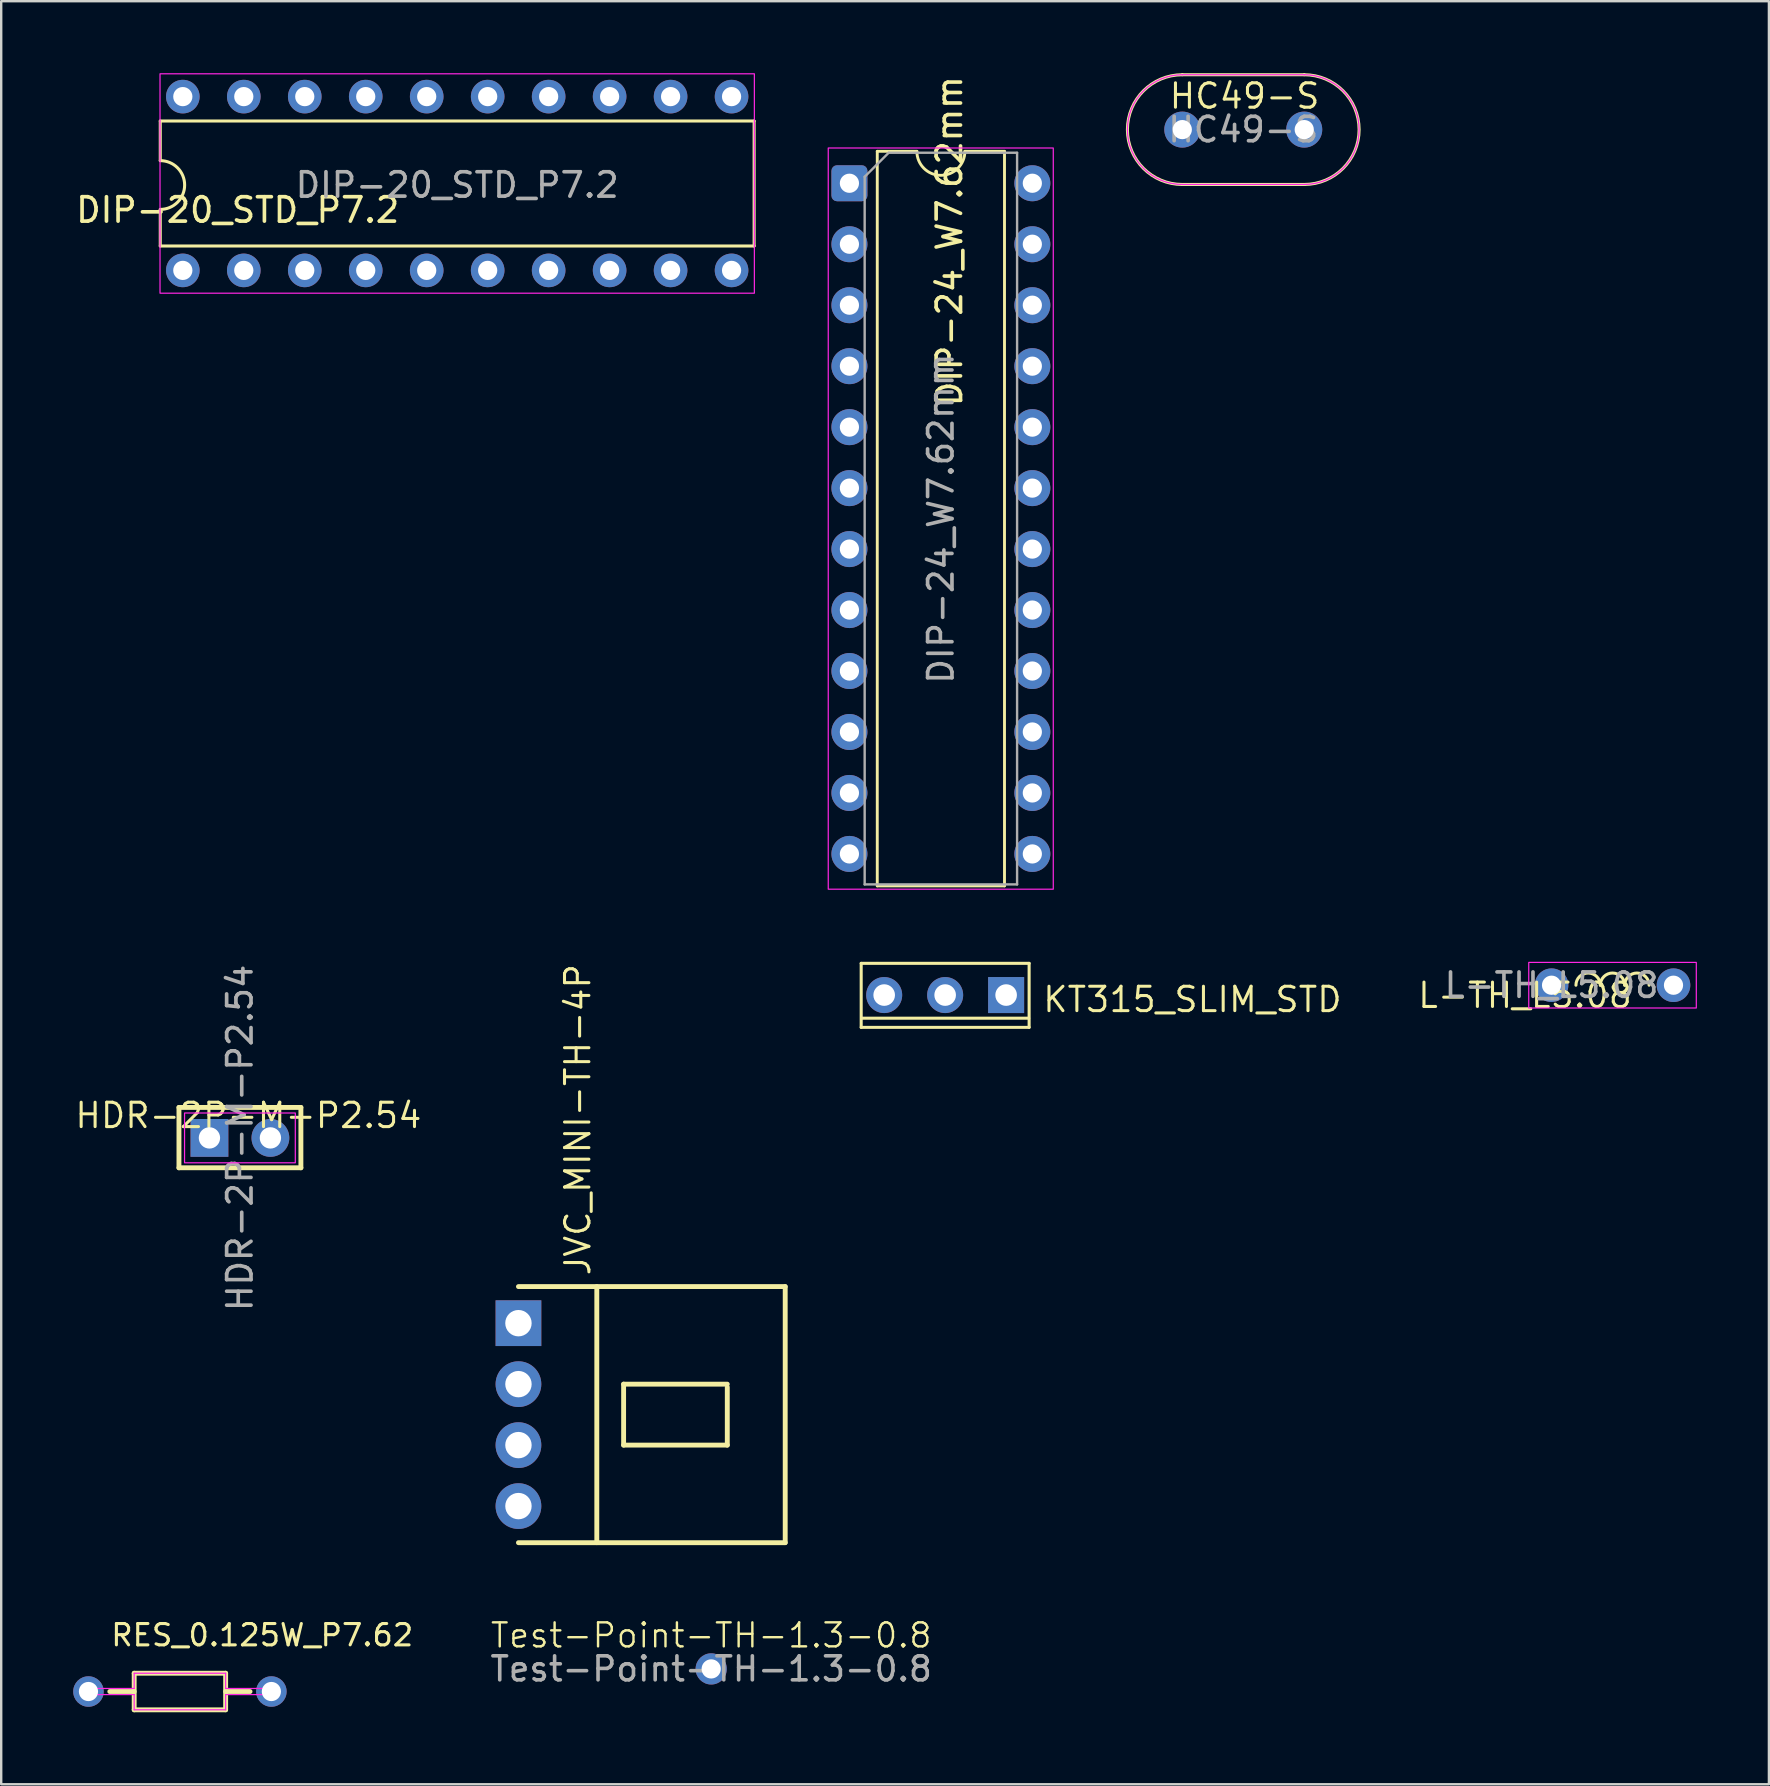
<source format=kicad_pcb>
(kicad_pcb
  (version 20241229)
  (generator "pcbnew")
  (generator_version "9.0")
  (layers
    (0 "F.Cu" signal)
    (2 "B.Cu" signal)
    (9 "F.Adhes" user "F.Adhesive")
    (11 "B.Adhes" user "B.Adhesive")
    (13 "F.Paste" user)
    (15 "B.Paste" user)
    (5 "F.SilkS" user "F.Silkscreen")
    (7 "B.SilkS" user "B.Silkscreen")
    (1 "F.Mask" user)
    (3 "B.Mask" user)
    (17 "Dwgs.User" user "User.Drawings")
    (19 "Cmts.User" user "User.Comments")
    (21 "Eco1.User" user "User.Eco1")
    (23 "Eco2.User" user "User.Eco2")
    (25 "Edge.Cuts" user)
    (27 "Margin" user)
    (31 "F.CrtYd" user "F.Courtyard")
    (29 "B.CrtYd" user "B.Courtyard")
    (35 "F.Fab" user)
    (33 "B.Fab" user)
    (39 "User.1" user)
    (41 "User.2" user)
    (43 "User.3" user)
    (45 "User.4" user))
  (footprint "KT315_SLIM_STD"
    (layer "F.Cu")
    (at 36.324 38.403)
    (property "Reference" "KT315_SLIM_STD" (at 4 -0.409 180) (layer "F.SilkS") (effects (font (size 1.016 1.016) (thickness 0.127)) (justify left top)))
    (fp_line (start -3.498 1.346) (end -3.498 -1.321) (stroke (width 0.127) (type default)) (layer "F.SilkS"))
    (fp_line (start -3.498 -1.321) (end 3.498 -1.321) (stroke (width 0.127) (type default)) (layer "F.SilkS"))
    (fp_line (start 3.48 0.965) (end -3.48 0.965) (stroke (width 0.127) (type default)) (layer "F.SilkS"))
    (fp_line (start 3.498 1.346) (end -3.498 1.346) (stroke (width 0.127) (type default)) (layer "F.SilkS"))
    (fp_line (start 3.498 -1.321) (end 3.498 1.346) (stroke (width 0.127) (type solid)) (layer "F.SilkS"))
    (pad "1" thru_hole rect (at 2.54 0 270) (size 1.5 1.5) (drill 0.9) (layers "*.Cu" "*.Mask"))
    (pad "2" thru_hole circle (at 0 0 270) (size 1.5 1.5) (drill 0.9) (layers "*.Cu" "*.Mask"))
    (pad "3" thru_hole circle (at -2.54 0 270) (size 1.5 1.5) (drill 0.9) (layers "*.Cu" "*.Mask"))
    (zone (net_name "") (layer "User.4") (hatch edge 0.5) (priority 100) (connect_pads yes) (min_thickness 0) (filled_areas_thickness no) (fill yes) (polygon (pts (xy 34.034 38.603) (xy 33.534 38.603) (xy 33.534 38.203) (xy 34.034 38.203))) (filled_polygon (layer "User.4") (island) (pts (xy 34.034 38.603) (xy 33.534 38.603) (xy 33.534 38.203) (xy 34.034 38.203))))
    (zone (net_name "") (layer "User.4") (hatch edge 0.5) (priority 100) (connect_pads yes) (min_thickness 0) (filled_areas_thickness no) (fill yes) (polygon (pts (xy 36.574 38.603) (xy 36.074 38.603) (xy 36.074 38.203) (xy 36.574 38.203))) (filled_polygon (layer "User.4") (island) (pts (xy 36.574 38.603) (xy 36.074 38.603) (xy 36.074 38.203) (xy 36.574 38.203))))
    (zone (net_name "") (layer "User.4") (hatch edge 0.5) (priority 100) (connect_pads yes) (min_thickness 0) (filled_areas_thickness no) (fill yes) (polygon (pts (xy 39.114 38.603) (xy 38.614 38.603) (xy 38.614 38.203) (xy 39.114 38.203))) (filled_polygon (layer "User.4") (island) (pts (xy 39.114 38.603) (xy 38.614 38.603) (xy 38.614 38.203) (xy 39.114 38.203)))))
  (footprint "DIP-20_STD_P7.2"
    (layer "F.Cu")
    (at 15.996 4.658)
    (property "Reference" "DIP-20_STD_P7.2" (at -9.144 1.041 180) (layer "F.SilkS") (effects (font (size 1.016 1.016) (thickness 0.152))))
    (fp_line (start -12.37 2.54) (end -12.37 1.016) (stroke (width 0.127) (type default)) (layer "F.SilkS"))
    (fp_line (start -12.37 2.54) (end 12.37 2.54) (stroke (width 0.127) (type default)) (layer "F.SilkS"))
    (fp_line (start -12.37 -2.667) (end -12.37 -1.016) (stroke (width 0.127) (type default)) (layer "F.SilkS"))
    (fp_line (start -12.37 -2.667) (end 12.37 -2.667) (stroke (width 0.127) (type default)) (layer "F.SilkS"))
    (fp_line (start 12.37 -2.667) (end 12.37 2.54) (stroke (width 0.127) (type default)) (layer "F.SilkS"))
    (fp_arc (start -12.370417 -1.016314) (mid -11.3538 0) (end -12.37041 1.01632) (stroke (width 0.127) (type default)) (layer "F.SilkS"))
    (fp_rect (start 12.38 4.506) (end -12.38 -4.633) (stroke (width 0.05) (type default)) (fill no) (layer "F.CrtYd"))
    (fp_text user "${REFERENCE}" (at 0 0 180) (layer "F.Fab") (effects (font (size 1.016 1.016) (thickness 0.152))))
    (pad "1" thru_hole oval (at -11.43 3.556) (size 1.4 1.4) (drill 0.8) (layers "*.Cu" "*.Mask"))
    (pad "2" thru_hole oval (at -8.89 3.556) (size 1.4 1.4) (drill 0.8) (layers "*.Cu" "*.Mask"))
    (pad "3" thru_hole oval (at -6.35 3.556) (size 1.4 1.4) (drill 0.8) (layers "*.Cu" "*.Mask"))
    (pad "4" thru_hole oval (at -3.81 3.556) (size 1.4 1.4) (drill 0.8) (layers "*.Cu" "*.Mask"))
    (pad "5" thru_hole oval (at -1.27 3.556) (size 1.4 1.4) (drill 0.8) (layers "*.Cu" "*.Mask"))
    (pad "6" thru_hole oval (at 1.27 3.556) (size 1.4 1.4) (drill 0.8) (layers "*.Cu" "*.Mask"))
    (pad "7" thru_hole oval (at 3.81 3.556) (size 1.4 1.4) (drill 0.8) (layers "*.Cu" "*.Mask"))
    (pad "8" thru_hole oval (at 6.35 3.556) (size 1.4 1.4) (drill 0.8) (layers "*.Cu" "*.Mask"))
    (pad "9" thru_hole oval (at 8.89 3.556) (size 1.4 1.4) (drill 0.8) (layers "*.Cu" "*.Mask"))
    (pad "10" thru_hole oval (at 11.43 3.556) (size 1.4 1.4) (drill 0.8) (layers "*.Cu" "*.Mask"))
    (pad "11" thru_hole oval (at 11.43 -3.683) (size 1.4 1.4) (drill 0.8) (layers "*.Cu" "*.Mask"))
    (pad "12" thru_hole oval (at 8.89 -3.683) (size 1.4 1.4) (drill 0.8) (layers "*.Cu" "*.Mask"))
    (pad "13" thru_hole oval (at 6.35 -3.683) (size 1.4 1.4) (drill 0.8) (layers "*.Cu" "*.Mask"))
    (pad "14" thru_hole oval (at 3.81 -3.683) (size 1.4 1.4) (drill 0.8) (layers "*.Cu" "*.Mask"))
    (pad "15" thru_hole oval (at 1.27 -3.683) (size 1.4 1.4) (drill 0.8) (layers "*.Cu" "*.Mask"))
    (pad "16" thru_hole oval (at -1.27 -3.683) (size 1.4 1.4) (drill 0.8) (layers "*.Cu" "*.Mask"))
    (pad "17" thru_hole oval (at -3.81 -3.683) (size 1.4 1.4) (drill 0.8) (layers "*.Cu" "*.Mask"))
    (pad "18" thru_hole oval (at -6.35 -3.683) (size 1.4 1.4) (drill 0.8) (layers "*.Cu" "*.Mask"))
    (pad "19" thru_hole oval (at -8.89 -3.683) (size 1.4 1.4) (drill 0.8) (layers "*.Cu" "*.Mask"))
    (pad "20" thru_hole oval (at -11.43 -3.683) (size 1.4 1.4) (drill 0.8) (layers "*.Cu" "*.Mask")))
  (footprint "RES_0.125W_P7.62"
    (layer "F.Cu")
    (at 0.635 67.417)
    (property "Reference" "RES_0.125W_P7.62" (at 7.239 -1.829 180) (layer "F.SilkS") (effects (font (size 0.889 0.889) (thickness 0.127)) (justify bottom)))
    (fp_line (start 0.889 0) (end 1.905 0) (stroke (width 0.203) (type default)) (layer "F.SilkS"))
    (fp_line (start 1.905 -0.762) (end 5.715 -0.762) (stroke (width 0.203) (type default)) (layer "F.SilkS"))
    (fp_line (start 1.905 0.762) (end 1.905 -0.762) (stroke (width 0.203) (type default)) (layer "F.SilkS"))
    (fp_line (start 5.715 -0.762) (end 5.715 0.762) (stroke (width 0.203) (type default)) (layer "F.SilkS"))
    (fp_line (start 5.715 0.762) (end 1.905 0.762) (stroke (width 0.203) (type default)) (layer "F.SilkS"))
    (fp_line (start 6.731 0) (end 5.715 0) (stroke (width 0.203) (type solid)) (layer "F.SilkS"))
    (fp_line (start 0 -0.127) (end 0 0.127) (stroke (width 0.05) (type default)) (layer "F.CrtYd"))
    (fp_line (start 0 0.127) (end 1.905 0.127) (stroke (width 0.05) (type default)) (layer "F.CrtYd"))
    (fp_line (start 1.905 -0.762) (end 1.905 -0.127) (stroke (width 0.05) (type default)) (layer "F.CrtYd"))
    (fp_line (start 1.905 -0.127) (end 0 -0.127) (stroke (width 0.05) (type default)) (layer "F.CrtYd"))
    (fp_line (start 1.905 0.127) (end 1.905 0.762) (stroke (width 0.05) (type default)) (layer "F.CrtYd"))
    (fp_line (start 1.905 0.762) (end 5.715 0.762) (stroke (width 0.05) (type default)) (layer "F.CrtYd"))
    (fp_line (start 5.715 -0.762) (end 1.905 -0.762) (stroke (width 0.05) (type default)) (layer "F.CrtYd"))
    (fp_line (start 5.715 -0.127) (end 5.715 -0.762) (stroke (width 0.05) (type default)) (layer "F.CrtYd"))
    (fp_line (start 5.715 0.127) (end 7.62 0.127) (stroke (width 0.05) (type default)) (layer "F.CrtYd"))
    (fp_line (start 5.715 0.762) (end 5.715 0.127) (stroke (width 0.05) (type default)) (layer "F.CrtYd"))
    (fp_line (start 7.62 -0.127) (end 5.715 -0.127) (stroke (width 0.05) (type default)) (layer "F.CrtYd"))
    (fp_line (start 7.62 0.127) (end 7.62 -0.127) (stroke (width 0.05) (type default)) (layer "F.CrtYd"))
    (pad "1" thru_hole oval (at 0 0) (size 1.27 1.27) (drill 0.8) (layers "*.Cu" "*.Mask"))
    (pad "2" thru_hole oval (at 7.62 0) (size 1.27 1.27) (drill 0.8) (layers "*.Cu" "*.Mask")))
  (footprint "L-TH_L5.08"
    (layer "F.Cu")
    (at 61.586 37.993)
    (property "Reference" "L-TH_L5.08" (at 3.429 1.016 180) (layer "F.SilkS") (effects (font (size 1.016 1.016) (thickness 0.127)) (justify right bottom)))
    (fp_arc (start 1.016 0) (mid 1.524 -0.508) (end 2.032 0) (stroke (width 0.127) (type default)) (layer "F.SilkS"))
    (fp_arc (start 2.032 0) (mid 2.54 -0.508) (end 3.048 0) (stroke (width 0.127) (type default)) (layer "F.SilkS"))
    (fp_arc (start 3.048 0) (mid 3.556 -0.508) (end 4.064 0) (stroke (width 0.127) (type default)) (layer "F.SilkS"))
    (fp_rect (start -0.95 -0.95) (end 6.03 0.95) (stroke (width 0.05) (type default)) (fill no) (layer "F.CrtYd"))
    (fp_text user "${REFERENCE}" (at 0 0 180) (layer "F.Fab") (effects (font (size 1.016 1.016) (thickness 0.152))))
    (pad "1" thru_hole oval (at 0 0) (size 1.4 1.4) (drill 0.8) (layers "*.Cu" "*.Mask"))
    (pad "2" thru_hole oval (at 5.08 0) (size 1.4 1.4) (drill 0.8) (layers "*.Cu" "*.Mask")))
  (footprint "JVC_MINI-TH-4P"
    (layer "F.Cu")
    (at 18.548 55.882)
    (property "Reference" "JVC_MINI-TH-4P" (at 1.877 -5.72 90) (layer "F.SilkS") (effects (font (size 1.016 1.016) (thickness 0.127)) (justify left top)))
    (fp_line (start 0 -5.334) (end 11.113 -5.334) (stroke (width 0.203) (type default)) (layer "F.SilkS"))
    (fp_line (start 3.264 -5.334) (end 3.264 5.334) (stroke (width 0.203) (type default)) (layer "F.SilkS"))
    (fp_line (start 4.381 -1.27) (end 4.381 1.27) (stroke (width 0.203) (type default)) (layer "F.SilkS"))
    (fp_line (start 4.381 1.27) (end 8.7 1.27) (stroke (width 0.203) (type default)) (layer "F.SilkS"))
    (fp_line (start 8.7 -1.27) (end 4.381 -1.27) (stroke (width 0.203) (type default)) (layer "F.SilkS"))
    (fp_line (start 8.7 1.27) (end 8.7 -1.143) (stroke (width 0.203) (type default)) (layer "F.SilkS"))
    (fp_line (start 11.113 -5.334) (end 11.113 5.334) (stroke (width 0.203) (type default)) (layer "F.SilkS"))
    (fp_line (start 11.113 5.334) (end 0 5.334) (stroke (width 0.203) (type default)) (layer "F.SilkS"))
    (pad "1" thru_hole rect (at 0 -3.81) (size 1.905 1.905) (drill 1.1) (layers "*.Cu" "*.Mask"))
    (pad "2" thru_hole oval (at 0 -1.27) (size 1.905 1.905) (drill 1.1) (layers "*.Cu" "*.Mask"))
    (pad "3" thru_hole oval (at 0 1.27) (size 1.905 1.905) (drill 1.1) (layers "*.Cu" "*.Mask"))
    (pad "4" thru_hole oval (at 0 3.81) (size 1.905 1.905) (drill 1.1) (layers "*.Cu" "*.Mask")))
  (footprint "DIP-24_W7.62mm"
    (layer "F.Cu")
    (at 32.336 4.584)
    (property "Reference" "DIP-24_W7.62mm" (at 4.166 2.413 90) (layer "F.SilkS") (effects (font (size 1.016 1.016) (thickness 0.152))))
    (attr through_hole)
    (fp_line (start 1.16 -1.33) (end 1.16 29.27) (stroke (width 0.12) (type solid)) (layer "F.SilkS"))
    (fp_line (start 1.16 29.27) (end 6.46 29.27) (stroke (width 0.12) (type solid)) (layer "F.SilkS"))
    (fp_line (start 2.81 -1.33) (end 1.16 -1.33) (stroke (width 0.12) (type solid)) (layer "F.SilkS"))
    (fp_line (start 6.46 -1.33) (end 4.81 -1.33) (stroke (width 0.12) (type solid)) (layer "F.SilkS"))
    (fp_line (start 6.46 29.27) (end 6.46 -1.33) (stroke (width 0.12) (type solid)) (layer "F.SilkS"))
    (fp_arc (start 4.81 -1.33) (mid 3.81 -0.33) (end 2.81 -1.33) (stroke (width 0.12) (type solid)) (layer "F.SilkS"))
    (fp_rect (start -0.882 -1.469) (end 8.492 29.409) (stroke (width 0.05) (type solid)) (fill no) (layer "F.CrtYd"))
    (fp_line (start 0.635 -0.27) (end 1.635 -1.27) (stroke (width 0.1) (type solid)) (layer "F.Fab"))
    (fp_line (start 0.635 29.21) (end 0.635 -0.27) (stroke (width 0.1) (type solid)) (layer "F.Fab"))
    (fp_line (start 1.635 -1.27) (end 6.985 -1.27) (stroke (width 0.1) (type solid)) (layer "F.Fab"))
    (fp_line (start 6.985 -1.27) (end 6.985 29.21) (stroke (width 0.1) (type solid)) (layer "F.Fab"))
    (fp_line (start 6.985 29.21) (end 0.635 29.21) (stroke (width 0.1) (type solid)) (layer "F.Fab"))
    (fp_text user "${REFERENCE}" (at 3.81 13.97 90) (layer "F.Fab") (effects (font (size 1.016 1.016) (thickness 0.152))))
    (pad "1" thru_hole roundrect (at 0 0) (size 1.5 1.5) (drill 0.8) (layers "*.Cu" "*.Mask") (roundrect_rratio 0.156))
    (pad "2" thru_hole circle (at 0 2.54) (size 1.5 1.5) (drill 0.8) (layers "*.Cu" "*.Mask"))
    (pad "3" thru_hole circle (at 0 5.08) (size 1.5 1.5) (drill 0.8) (layers "*.Cu" "*.Mask"))
    (pad "4" thru_hole circle (at 0 7.62) (size 1.5 1.5) (drill 0.8) (layers "*.Cu" "*.Mask"))
    (pad "5" thru_hole circle (at 0 10.16) (size 1.5 1.5) (drill 0.8) (layers "*.Cu" "*.Mask"))
    (pad "6" thru_hole circle (at 0 12.7) (size 1.5 1.5) (drill 0.8) (layers "*.Cu" "*.Mask"))
    (pad "7" thru_hole circle (at 0 15.24) (size 1.5 1.5) (drill 0.8) (layers "*.Cu" "*.Mask"))
    (pad "8" thru_hole circle (at 0 17.78) (size 1.5 1.5) (drill 0.8) (layers "*.Cu" "*.Mask"))
    (pad "9" thru_hole circle (at 0 20.32) (size 1.5 1.5) (drill 0.8) (layers "*.Cu" "*.Mask"))
    (pad "10" thru_hole circle (at 0 22.86) (size 1.5 1.5) (drill 0.8) (layers "*.Cu" "*.Mask"))
    (pad "11" thru_hole circle (at 0 25.4) (size 1.5 1.5) (drill 0.8) (layers "*.Cu" "*.Mask"))
    (pad "12" thru_hole circle (at 0 27.94) (size 1.5 1.5) (drill 0.8) (layers "*.Cu" "*.Mask"))
    (pad "13" thru_hole circle (at 7.62 27.94) (size 1.5 1.5) (drill 0.8) (layers "*.Cu" "*.Mask"))
    (pad "14" thru_hole circle (at 7.62 25.4) (size 1.5 1.5) (drill 0.8) (layers "*.Cu" "*.Mask"))
    (pad "15" thru_hole circle (at 7.62 22.86) (size 1.5 1.5) (drill 0.8) (layers "*.Cu" "*.Mask"))
    (pad "16" thru_hole circle (at 7.62 20.32) (size 1.5 1.5) (drill 0.8) (layers "*.Cu" "*.Mask"))
    (pad "17" thru_hole circle (at 7.62 17.78) (size 1.5 1.5) (drill 0.8) (layers "*.Cu" "*.Mask"))
    (pad "18" thru_hole circle (at 7.62 15.24) (size 1.5 1.5) (drill 0.8) (layers "*.Cu" "*.Mask"))
    (pad "19" thru_hole circle (at 7.62 12.7) (size 1.5 1.5) (drill 0.8) (layers "*.Cu" "*.Mask"))
    (pad "20" thru_hole circle (at 7.62 10.16) (size 1.5 1.5) (drill 0.8) (layers "*.Cu" "*.Mask"))
    (pad "21" thru_hole circle (at 7.62 7.62) (size 1.5 1.5) (drill 0.8) (layers "*.Cu" "*.Mask"))
    (pad "22" thru_hole circle (at 7.62 5.08) (size 1.5 1.5) (drill 0.8) (layers "*.Cu" "*.Mask"))
    (pad "23" thru_hole circle (at 7.62 2.54) (size 1.5 1.5) (drill 0.8) (layers "*.Cu" "*.Mask"))
    (pad "24" thru_hole circle (at 7.62 0) (size 1.5 1.5) (drill 0.8) (layers "*.Cu" "*.Mask")))
  (footprint "HDR-2P-M-P2.54"
    (layer "F.Cu")
    (at 6.945 44.354)
    (property "Reference" "HDR-2P-M-P2.54" (at 0.353 -1.529 180) (layer "F.SilkS") (effects (font (size 1.016 1.016) (thickness 0.127)) (justify top)))
    (fp_line (start -2.54 -1.27) (end 2.54 -1.27) (stroke (width 0.203) (type default)) (layer "F.SilkS"))
    (fp_line (start -2.54 1.245) (end -2.54 -1.27) (stroke (width 0.203) (type default)) (layer "F.SilkS"))
    (fp_line (start 2.54 -1.27) (end 2.54 1.245) (stroke (width 0.203) (type default)) (layer "F.SilkS"))
    (fp_line (start 2.54 1.245) (end -2.54 1.245) (stroke (width 0.203) (type default)) (layer "F.SilkS"))
    (fp_rect (start -2.307 1.037) (end 2.307 -1.037) (stroke (width 0.05) (type default)) (fill no) (layer "F.CrtYd"))
    (fp_text user "${REFERENCE}" (at 0 0 90) (layer "F.Fab") (effects (font (size 1.016 1.016) (thickness 0.152))))
    (pad "1" thru_hole rect (at -1.27 0 270) (size 1.575 1.575) (drill 0.889) (layers "*.Cu" "*.Mask"))
    (pad "2" thru_hole oval (at 1.27 0 270) (size 1.575 1.575) (drill 0.889) (layers "*.Cu" "*.Mask")))
  (footprint "Test-Point-TH-1.3-0.8"
    (layer "F.Cu")
    (at 26.578 66.475)
    (property "Reference" "Test-Point-TH-1.3-0.8" (at 0 -1.397 0) (unlocked yes) (layer "F.SilkS") (effects (font (size 1 1) (thickness 0.1))))
    (fp_text user "${REFERENCE}" (at 0 0 0) (unlocked yes) (layer "F.Fab") (effects (font (size 1 1) (thickness 0.15))))
    (pad "1" thru_hole circle (at 0 0) (size 1.3 1.3) (drill 0.8) (layers "*.Cu" "*.Mask")))
  (footprint "HC49-S"
    (layer "F.Cu")
    (at 46.203 2.349)
    (property "Reference" "HC49-S" (at 2.594 -1.397 180) (layer "F.SilkS") (effects (font (size 1.016 1.016) (thickness 0.127))))
    (attr through_hole)
    (fp_line (start 0 -2.286) (end 5.08 -2.286) (stroke (width 0.127) (type default)) (layer "F.SilkS"))
    (fp_line (start 0 2.286) (end 5.08 2.286) (stroke (width 0.127) (type default)) (layer "F.SilkS"))
    (fp_arc (start 0 2.286) (mid -2.286 0) (end 0 -2.286) (stroke (width 0.127) (type default)) (layer "F.SilkS"))
    (fp_arc (start 5.08 -2.286) (mid 7.366 0) (end 5.08 2.286) (stroke (width 0.127) (type default)) (layer "F.SilkS"))
    (fp_line (start 5.08 -2.286) (end 0 -2.286) (stroke (width 0.05) (type default)) (layer "F.CrtYd"))
    (fp_line (start 5.08 2.286) (end 0 2.286) (stroke (width 0.05) (type default)) (layer "F.CrtYd"))
    (fp_arc (start 0 2.286) (mid -2.286 0) (end 0 -2.286) (stroke (width 0.05) (type default)) (layer "F.CrtYd"))
    (fp_arc (start 5.08 -2.286) (mid 7.366 0) (end 5.08 2.286) (stroke (width 0.05) (type default)) (layer "F.CrtYd"))
    (fp_text user "${REFERENCE}" (at 2.54 0 180) (layer "F.Fab") (effects (font (size 1.016 1.016) (thickness 0.152))))
    (pad "1" thru_hole circle (at 0 0) (size 1.5 1.5) (drill 0.8) (layers "*.Cu" "*.Mask"))
    (pad "2" thru_hole circle (at 5.08 0) (size 1.5 1.5) (drill 0.8) (layers "*.Cu" "*.Mask")))
  (gr_rect
    (start -3 -3)
    (end 70.641 71.28)
    (stroke (width 0.1) (type default))
    (fill no)
    (layer "Edge.Cuts")))
</source>
